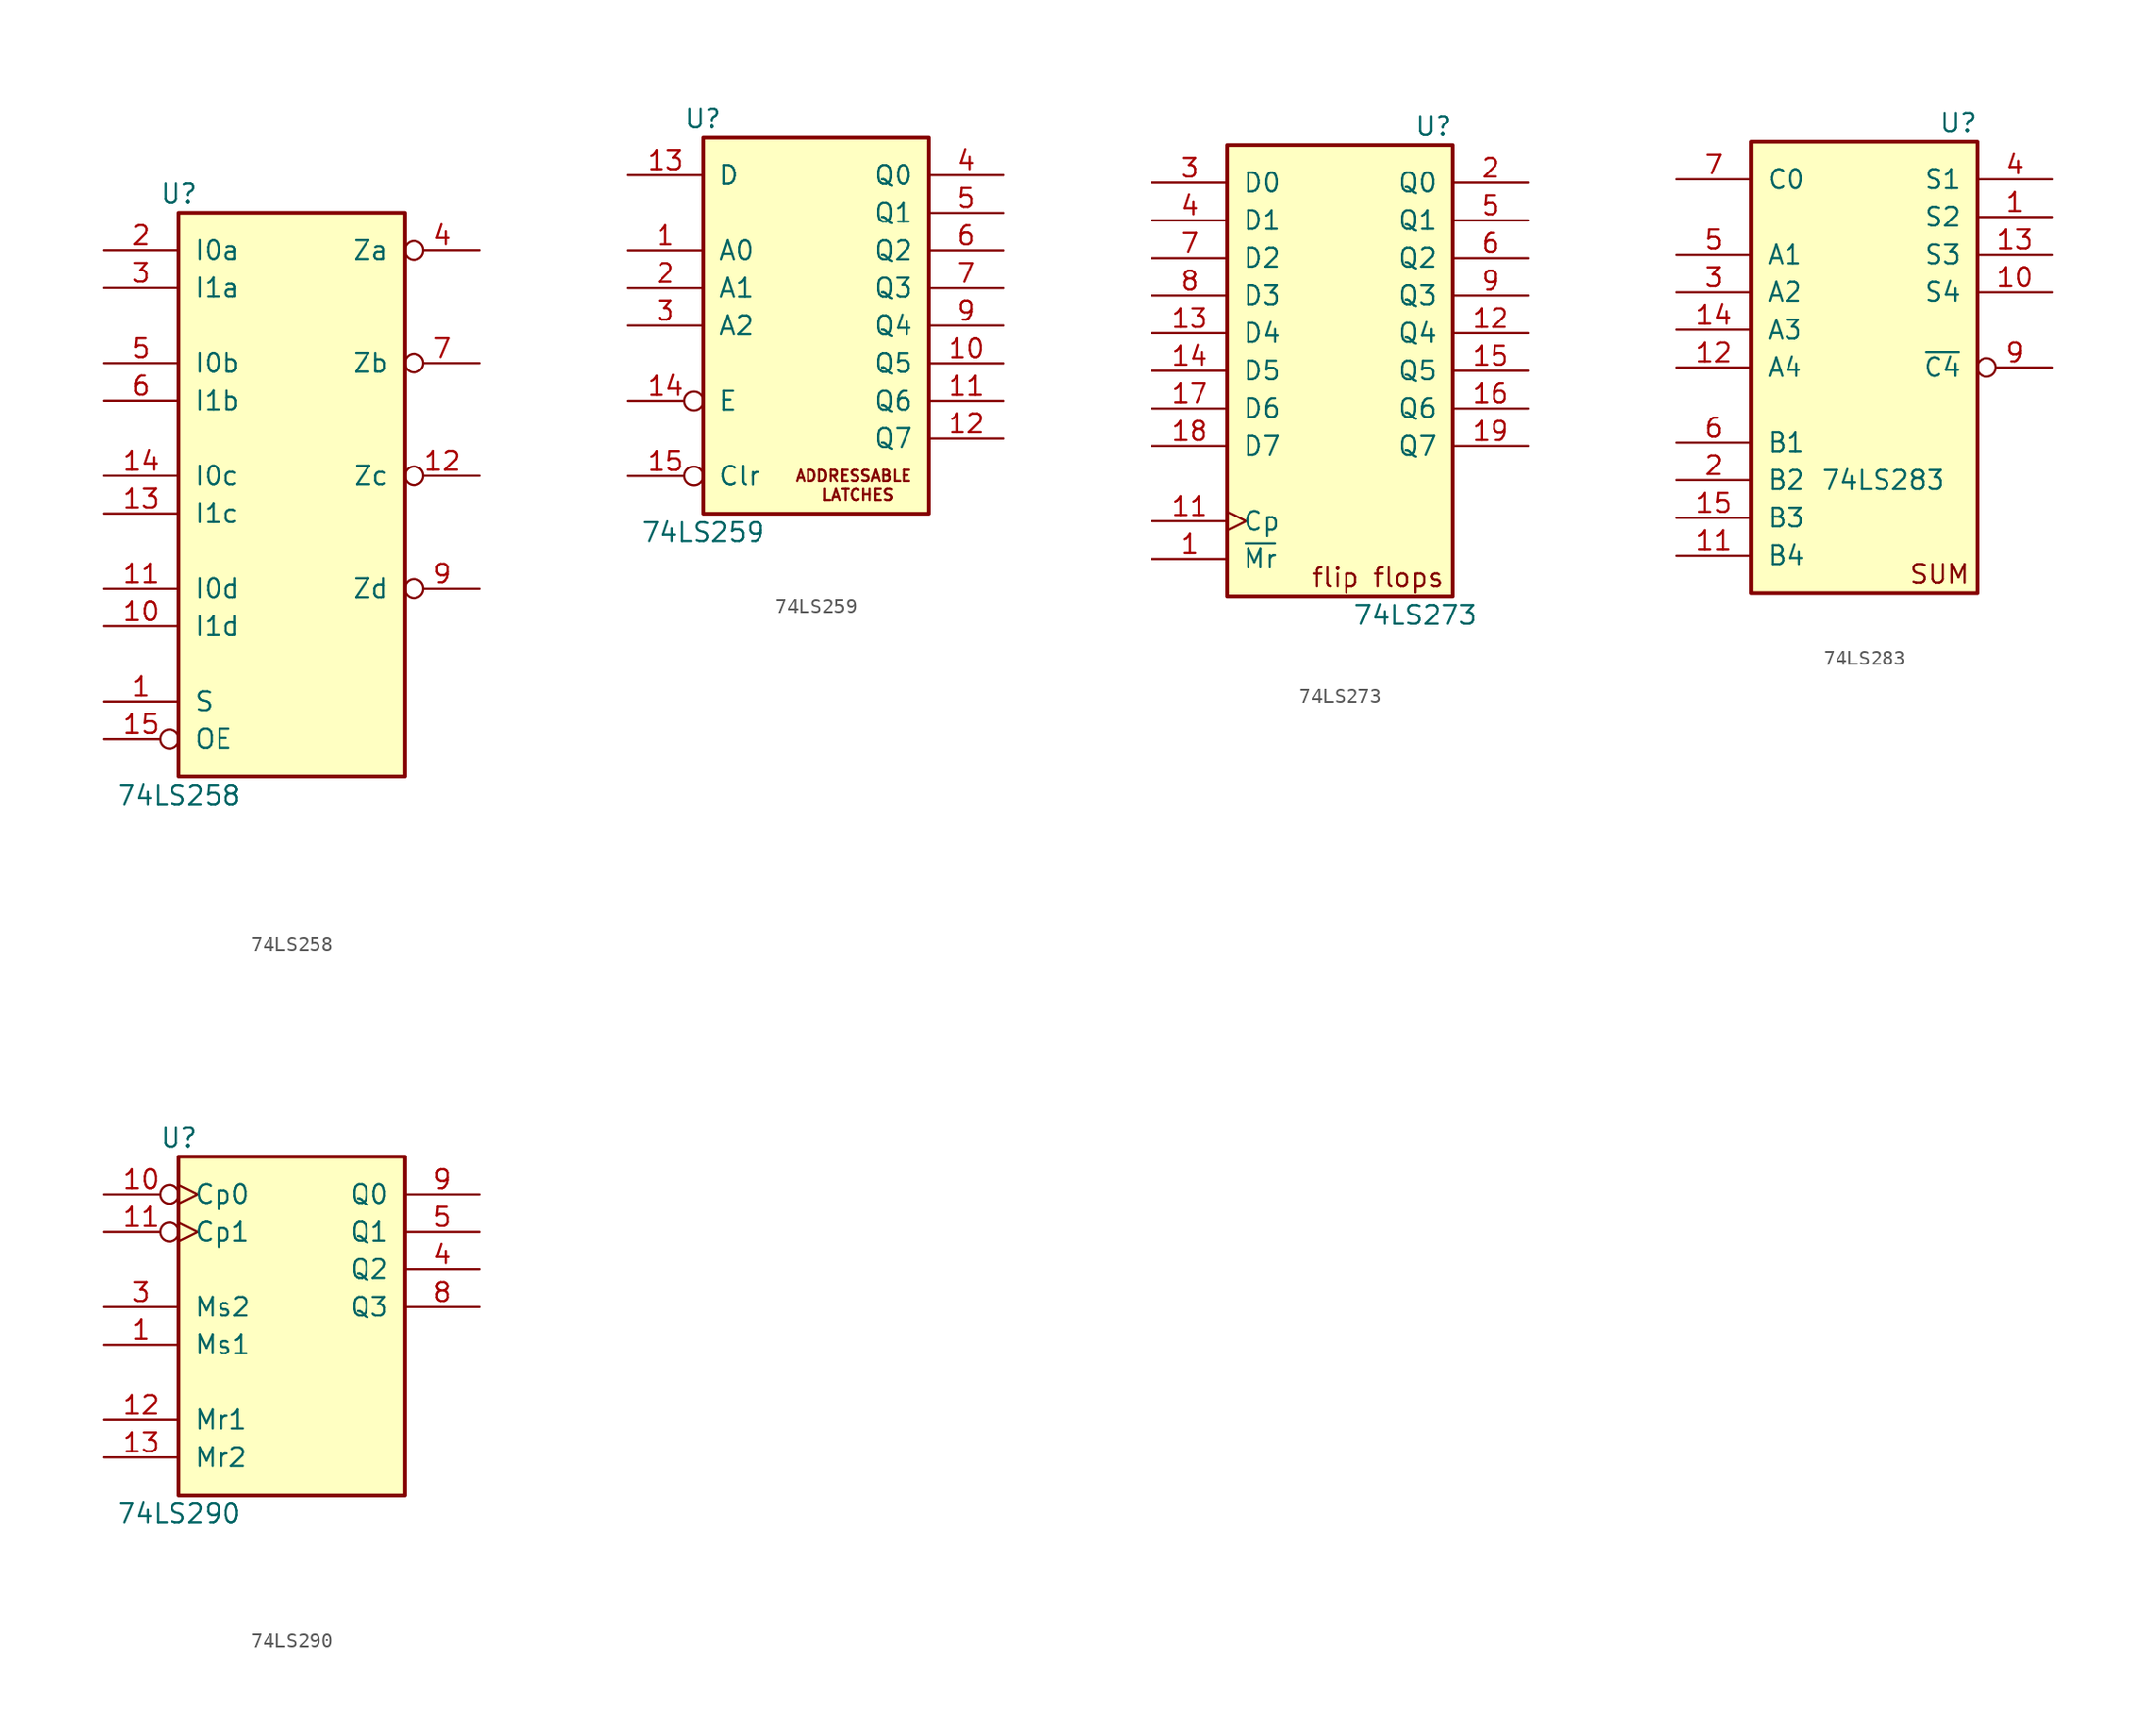
<source format=kicad_sym>
(kicad_symbol_lib
  (version 20231120)
  (generator "kicad_symbol_editor")
  (generator_version "8.0")
  (symbol "74LS258"
    (pin_names
      (offset 1.016))
    (property "Reference" "U"
      (at -7.62 19.05 0)
      (effects (font (size 1.27 1.27))))
    (property "Value" "74LS258"
      (at -7.62 -21.59 0)
      (effects (font (size 1.27 1.27))))
    (property "ki_locked" ""
      (at 0 0 0)
      (effects (font (size 1.27 1.27))))
    (symbol "74LS258_1_0"
      (pin input line (at -12.7 -15.24 0) (length 5.08) (name "S" (effects (font (size 1.27 1.27)))) (number "1" (effects (font (size 1.27 1.27)))))
      (pin input line (at -12.7 -10.16 0) (length 5.08) (name "I1d" (effects (font (size 1.27 1.27)))) (number "10" (effects (font (size 1.27 1.27)))))
      (pin input line (at -12.7 -7.62 0) (length 5.08) (name "I0d" (effects (font (size 1.27 1.27)))) (number "11" (effects (font (size 1.27 1.27)))))
      (pin tri_state inverted (at 12.7 0 180) (length 5.08) (name "Zc" (effects (font (size 1.27 1.27)))) (number "12" (effects (font (size 1.27 1.27)))))
      (pin input line (at -12.7 -2.54 0) (length 5.08) (name "I1c" (effects (font (size 1.27 1.27)))) (number "13" (effects (font (size 1.27 1.27)))))
      (pin input line (at -12.7 0 0) (length 5.08) (name "I0c" (effects (font (size 1.27 1.27)))) (number "14" (effects (font (size 1.27 1.27)))))
      (pin input inverted (at -12.7 -17.78 0) (length 5.08) (name "OE" (effects (font (size 1.27 1.27)))) (number "15" (effects (font (size 1.27 1.27)))))
      (pin input line (at 0 22.86 270) (length 5.08) hide (name "VCC" (effects (font (size 1.27 1.27)))) (number "16" (effects (font (size 1.27 1.27)))))
      (pin input line (at -12.7 15.24 0) (length 5.08) (name "I0a" (effects (font (size 1.27 1.27)))) (number "2" (effects (font (size 1.27 1.27)))))
      (pin input line (at -12.7 12.7 0) (length 5.08) (name "I1a" (effects (font (size 1.27 1.27)))) (number "3" (effects (font (size 1.27 1.27)))))
      (pin tri_state inverted (at 12.7 15.24 180) (length 5.08) (name "Za" (effects (font (size 1.27 1.27)))) (number "4" (effects (font (size 1.27 1.27)))))
      (pin input line (at -12.7 7.62 0) (length 5.08) (name "I0b" (effects (font (size 1.27 1.27)))) (number "5" (effects (font (size 1.27 1.27)))))
      (pin input line (at -12.7 5.08 0) (length 5.08) (name "I1b" (effects (font (size 1.27 1.27)))) (number "6" (effects (font (size 1.27 1.27)))))
      (pin tri_state inverted (at 12.7 7.62 180) (length 5.08) (name "Zb" (effects (font (size 1.27 1.27)))) (number "7" (effects (font (size 1.27 1.27)))))
      (pin input line (at 0 -25.4 90) (length 5.08) hide (name "GND" (effects (font (size 1.27 1.27)))) (number "8" (effects (font (size 1.27 1.27)))))
      (pin tri_state inverted (at 12.7 -7.62 180) (length 5.08) (name "Zd" (effects (font (size 1.27 1.27)))) (number "9" (effects (font (size 1.27 1.27))))))
    (symbol "74LS258_1_1"
      (rectangle (start -7.62 17.78) (end 7.62 -20.32) (stroke (width 0.254) (type default)) (fill (type background)))))
  (symbol "74LS259"
    (pin_names
      (offset 1.016))
    (property "Reference" "U"
      (at -7.62 13.97 0)
      (effects (font (size 1.27 1.27))))
    (property "Value" "74LS259"
      (at -7.62 -13.97 0)
      (effects (font (size 1.27 1.27))))
    (symbol "74LS259_0_0"
      (text " LATCHES" (at 2.54 -11.43 0) (effects (font (size 0.762 0.762))))
      (text "ADDRESSABLE" (at 2.54 -10.16 0) (effects (font (size 0.762 0.762)))))
    (symbol "74LS259_1_0"
      (pin input line (at -12.7 5.08 0) (length 5.08) (name "A0" (effects (font (size 1.27 1.27)))) (number "1" (effects (font (size 1.27 1.27)))))
      (pin output line (at 12.7 -2.54 180) (length 5.08) (name "Q5" (effects (font (size 1.27 1.27)))) (number "10" (effects (font (size 1.27 1.27)))))
      (pin output line (at 12.7 -5.08 180) (length 5.08) (name "Q6" (effects (font (size 1.27 1.27)))) (number "11" (effects (font (size 1.27 1.27)))))
      (pin output line (at 12.7 -7.62 180) (length 5.08) (name "Q7" (effects (font (size 1.27 1.27)))) (number "12" (effects (font (size 1.27 1.27)))))
      (pin input line (at -12.7 10.16 0) (length 5.08) (name "D" (effects (font (size 1.27 1.27)))) (number "13" (effects (font (size 1.27 1.27)))))
      (pin input inverted (at -12.7 -5.08 0) (length 5.08) (name "E" (effects (font (size 1.27 1.27)))) (number "14" (effects (font (size 1.27 1.27)))))
      (pin input inverted (at -12.7 -10.16 0) (length 5.08) (name "Clr" (effects (font (size 1.27 1.27)))) (number "15" (effects (font (size 1.27 1.27)))))
      (pin power_in line (at 0 12.7 270) (length 5.08) hide (name "VCC" (effects (font (size 1.27 1.27)))) (number "16" (effects (font (size 1.27 1.27)))))
      (pin input line (at -12.7 2.54 0) (length 5.08) (name "A1" (effects (font (size 1.27 1.27)))) (number "2" (effects (font (size 1.27 1.27)))))
      (pin input line (at -12.7 0 0) (length 5.08) (name "A2" (effects (font (size 1.27 1.27)))) (number "3" (effects (font (size 1.27 1.27)))))
      (pin output line (at 12.7 10.16 180) (length 5.08) (name "Q0" (effects (font (size 1.27 1.27)))) (number "4" (effects (font (size 1.27 1.27)))))
      (pin output line (at 12.7 7.62 180) (length 5.08) (name "Q1" (effects (font (size 1.27 1.27)))) (number "5" (effects (font (size 1.27 1.27)))))
      (pin output line (at 12.7 5.08 180) (length 5.08) (name "Q2" (effects (font (size 1.27 1.27)))) (number "6" (effects (font (size 1.27 1.27)))))
      (pin output line (at 12.7 2.54 180) (length 5.08) (name "Q3" (effects (font (size 1.27 1.27)))) (number "7" (effects (font (size 1.27 1.27)))))
      (pin power_in line (at 0 -12.7 90) (length 5.08) hide (name "GND" (effects (font (size 1.27 1.27)))) (number "8" (effects (font (size 1.27 1.27)))))
      (pin output line (at 12.7 0 180) (length 5.08) (name "Q4" (effects (font (size 1.27 1.27)))) (number "9" (effects (font (size 1.27 1.27))))))
    (symbol "74LS259_1_1"
      (rectangle (start -7.62 12.7) (end 7.62 -12.7) (stroke (width 0.254) (type default)) (fill (type background)))))
  (symbol "74LS273"
    (pin_names
      (offset 1.016))
    (property "Reference" "U"
      (at 7.62 16.51 0)
      (effects (font (size 1.27 1.27)) (justify right)))
    (property "Value" "74LS273"
      (at 5.08 -16.51 0)
      (effects (font (size 1.27 1.27))))
    (property "ki_locked" ""
      (at 0 0 0)
      (effects (font (size 1.27 1.27))))
    (symbol "74LS273_0_0"
      (text "flip flops" (at 2.54 -13.97 0) (effects (font (size 1.27 1.27)))))
    (symbol "74LS273_1_0"
      (pin input line (at -12.7 -12.7 0) (length 5.08) (name "~{Mr}" (effects (font (size 1.27 1.27)))) (number "1" (effects (font (size 1.27 1.27)))))
      (pin power_in line (at 0 -15.24 90) (length 1.27) hide (name "GND" (effects (font (size 1.27 1.27)))) (number "10" (effects (font (size 1.27 1.27)))))
      (pin input clock (at -12.7 -10.16 0) (length 5.08) (name "Cp" (effects (font (size 1.27 1.27)))) (number "11" (effects (font (size 1.27 1.27)))))
      (pin output line (at 12.7 2.54 180) (length 5.08) (name "Q4" (effects (font (size 1.27 1.27)))) (number "12" (effects (font (size 1.27 1.27)))))
      (pin input line (at -12.7 2.54 0) (length 5.08) (name "D4" (effects (font (size 1.27 1.27)))) (number "13" (effects (font (size 1.27 1.27)))))
      (pin input line (at -12.7 0 0) (length 5.08) (name "D5" (effects (font (size 1.27 1.27)))) (number "14" (effects (font (size 1.27 1.27)))))
      (pin output line (at 12.7 0 180) (length 5.08) (name "Q5" (effects (font (size 1.27 1.27)))) (number "15" (effects (font (size 1.27 1.27)))))
      (pin output line (at 12.7 -2.54 180) (length 5.08) (name "Q6" (effects (font (size 1.27 1.27)))) (number "16" (effects (font (size 1.27 1.27)))))
      (pin input line (at -12.7 -2.54 0) (length 5.08) (name "D6" (effects (font (size 1.27 1.27)))) (number "17" (effects (font (size 1.27 1.27)))))
      (pin input line (at -12.7 -5.08 0) (length 5.08) (name "D7" (effects (font (size 1.27 1.27)))) (number "18" (effects (font (size 1.27 1.27)))))
      (pin output line (at 12.7 -5.08 180) (length 5.08) (name "Q7" (effects (font (size 1.27 1.27)))) (number "19" (effects (font (size 1.27 1.27)))))
      (pin output line (at 12.7 12.7 180) (length 5.08) (name "Q0" (effects (font (size 1.27 1.27)))) (number "2" (effects (font (size 1.27 1.27)))))
      (pin power_in line (at 0 15.24 270) (length 1.27) hide (name "VCC" (effects (font (size 1.27 1.27)))) (number "20" (effects (font (size 1.27 1.27)))))
      (pin input line (at -12.7 12.7 0) (length 5.08) (name "D0" (effects (font (size 1.27 1.27)))) (number "3" (effects (font (size 1.27 1.27)))))
      (pin input line (at -12.7 10.16 0) (length 5.08) (name "D1" (effects (font (size 1.27 1.27)))) (number "4" (effects (font (size 1.27 1.27)))))
      (pin output line (at 12.7 10.16 180) (length 5.08) (name "Q1" (effects (font (size 1.27 1.27)))) (number "5" (effects (font (size 1.27 1.27)))))
      (pin output line (at 12.7 7.62 180) (length 5.08) (name "Q2" (effects (font (size 1.27 1.27)))) (number "6" (effects (font (size 1.27 1.27)))))
      (pin input line (at -12.7 7.62 0) (length 5.08) (name "D2" (effects (font (size 1.27 1.27)))) (number "7" (effects (font (size 1.27 1.27)))))
      (pin input line (at -12.7 5.08 0) (length 5.08) (name "D3" (effects (font (size 1.27 1.27)))) (number "8" (effects (font (size 1.27 1.27)))))
      (pin output line (at 12.7 5.08 180) (length 5.08) (name "Q3" (effects (font (size 1.27 1.27)))) (number "9" (effects (font (size 1.27 1.27))))))
    (symbol "74LS273_1_1"
      (rectangle (start -7.62 15.24) (end 7.62 -15.24) (stroke (width 0.254) (type default)) (fill (type background)))))
  (symbol "74LS283"
    (pin_names
      (offset 1.016))
    (property "Reference" "U"
      (at 6.35 16.51 0)
      (effects (font (size 1.27 1.27))))
    (property "Value" "74LS283"
      (at 1.27 -7.62 0)
      (effects (font (size 1.27 1.27))))
    (property "ki_locked" ""
      (at 0 0 0)
      (effects (font (size 1.27 1.27))))
    (symbol "74LS283_0_0"
      (text "SUM" (at 5.08 -13.97 0) (effects (font (size 1.27 1.27)))))
    (symbol "74LS283_1_0"
      (pin output line (at 12.7 10.16 180) (length 5.08) (name "S2" (effects (font (size 1.27 1.27)))) (number "1" (effects (font (size 1.27 1.27)))))
      (pin output line (at 12.7 5.08 180) (length 5.08) (name "S4" (effects (font (size 1.27 1.27)))) (number "10" (effects (font (size 1.27 1.27)))))
      (pin input line (at -12.7 -12.7 0) (length 5.08) (name "B4" (effects (font (size 1.27 1.27)))) (number "11" (effects (font (size 1.27 1.27)))))
      (pin input line (at -12.7 0 0) (length 5.08) (name "A4" (effects (font (size 1.27 1.27)))) (number "12" (effects (font (size 1.27 1.27)))))
      (pin output line (at 12.7 7.62 180) (length 5.08) (name "S3" (effects (font (size 1.27 1.27)))) (number "13" (effects (font (size 1.27 1.27)))))
      (pin input line (at -12.7 2.54 0) (length 5.08) (name "A3" (effects (font (size 1.27 1.27)))) (number "14" (effects (font (size 1.27 1.27)))))
      (pin input line (at -12.7 -10.16 0) (length 5.08) (name "B3" (effects (font (size 1.27 1.27)))) (number "15" (effects (font (size 1.27 1.27)))))
      (pin input line (at -12.7 -7.62 0) (length 5.08) (name "B2" (effects (font (size 1.27 1.27)))) (number "2" (effects (font (size 1.27 1.27)))))
      (pin input line (at -12.7 5.08 0) (length 5.08) (name "A2" (effects (font (size 1.27 1.27)))) (number "3" (effects (font (size 1.27 1.27)))))
      (pin output line (at 12.7 12.7 180) (length 5.08) (name "S1" (effects (font (size 1.27 1.27)))) (number "4" (effects (font (size 1.27 1.27)))))
      (pin input line (at -12.7 7.62 0) (length 5.08) (name "A1" (effects (font (size 1.27 1.27)))) (number "5" (effects (font (size 1.27 1.27)))))
      (pin input line (at -12.7 -5.08 0) (length 5.08) (name "B1" (effects (font (size 1.27 1.27)))) (number "6" (effects (font (size 1.27 1.27)))))
      (pin input line (at -12.7 12.7 0) (length 5.08) (name "C0" (effects (font (size 1.27 1.27)))) (number "7" (effects (font (size 1.27 1.27)))))
      (pin output inverted (at 12.7 0 180) (length 5.08) (name "~{C4}" (effects (font (size 1.27 1.27)))) (number "9" (effects (font (size 1.27 1.27))))))
    (symbol "74LS283_1_1"
      (rectangle (start -7.62 15.24) (end 7.62 -15.24) (stroke (width 0.254) (type default)) (fill (type background)))))
  (symbol "74LS290"
    (pin_names
      (offset 1.016))
    (property "Reference" "U"
      (at -7.62 11.43 0)
      (effects (font (size 1.27 1.27))))
    (property "Value" "74LS290"
      (at -7.62 -13.97 0)
      (effects (font (size 1.27 1.27))))
    (property "ki_locked" ""
      (at 0 0 0)
      (effects (font (size 1.27 1.27))))
    (symbol "74LS290_1_0"
      (pin input line (at -12.7 -2.54 0) (length 5.08) (name "Ms1" (effects (font (size 1.27 1.27)))) (number "1" (effects (font (size 1.27 1.27)))))
      (pin input inverted_clock (at -12.7 7.62 0) (length 5.08) (name "Cp0" (effects (font (size 1.27 1.27)))) (number "10" (effects (font (size 1.27 1.27)))))
      (pin input inverted_clock (at -12.7 5.08 0) (length 5.08) (name "Cp1" (effects (font (size 1.27 1.27)))) (number "11" (effects (font (size 1.27 1.27)))))
      (pin input line (at -12.7 -7.62 0) (length 5.08) (name "Mr1" (effects (font (size 1.27 1.27)))) (number "12" (effects (font (size 1.27 1.27)))))
      (pin input line (at -12.7 -10.16 0) (length 5.08) (name "Mr2" (effects (font (size 1.27 1.27)))) (number "13" (effects (font (size 1.27 1.27)))))
      (pin input line (at 0 15.24 270) (length 5.08) hide (name "VCC" (effects (font (size 1.27 1.27)))) (number "14" (effects (font (size 1.27 1.27)))))
      (pin input line (at -12.7 0 0) (length 5.08) (name "Ms2" (effects (font (size 1.27 1.27)))) (number "3" (effects (font (size 1.27 1.27)))))
      (pin output line (at 12.7 2.54 180) (length 5.08) (name "Q2" (effects (font (size 1.27 1.27)))) (number "4" (effects (font (size 1.27 1.27)))))
      (pin output line (at 12.7 5.08 180) (length 5.08) (name "Q1" (effects (font (size 1.27 1.27)))) (number "5" (effects (font (size 1.27 1.27)))))
      (pin input line (at 0 -17.78 90) (length 5.08) hide (name "GND" (effects (font (size 1.27 1.27)))) (number "7" (effects (font (size 1.27 1.27)))))
      (pin output line (at 12.7 0 180) (length 5.08) (name "Q3" (effects (font (size 1.27 1.27)))) (number "8" (effects (font (size 1.27 1.27)))))
      (pin output line (at 12.7 7.62 180) (length 5.08) (name "Q0" (effects (font (size 1.27 1.27)))) (number "9" (effects (font (size 1.27 1.27))))))
    (symbol "74LS290_1_1"
      (rectangle (start -7.62 10.16) (end 7.62 -12.7) (stroke (width 0.254) (type default)) (fill (type background))))))
</source>
